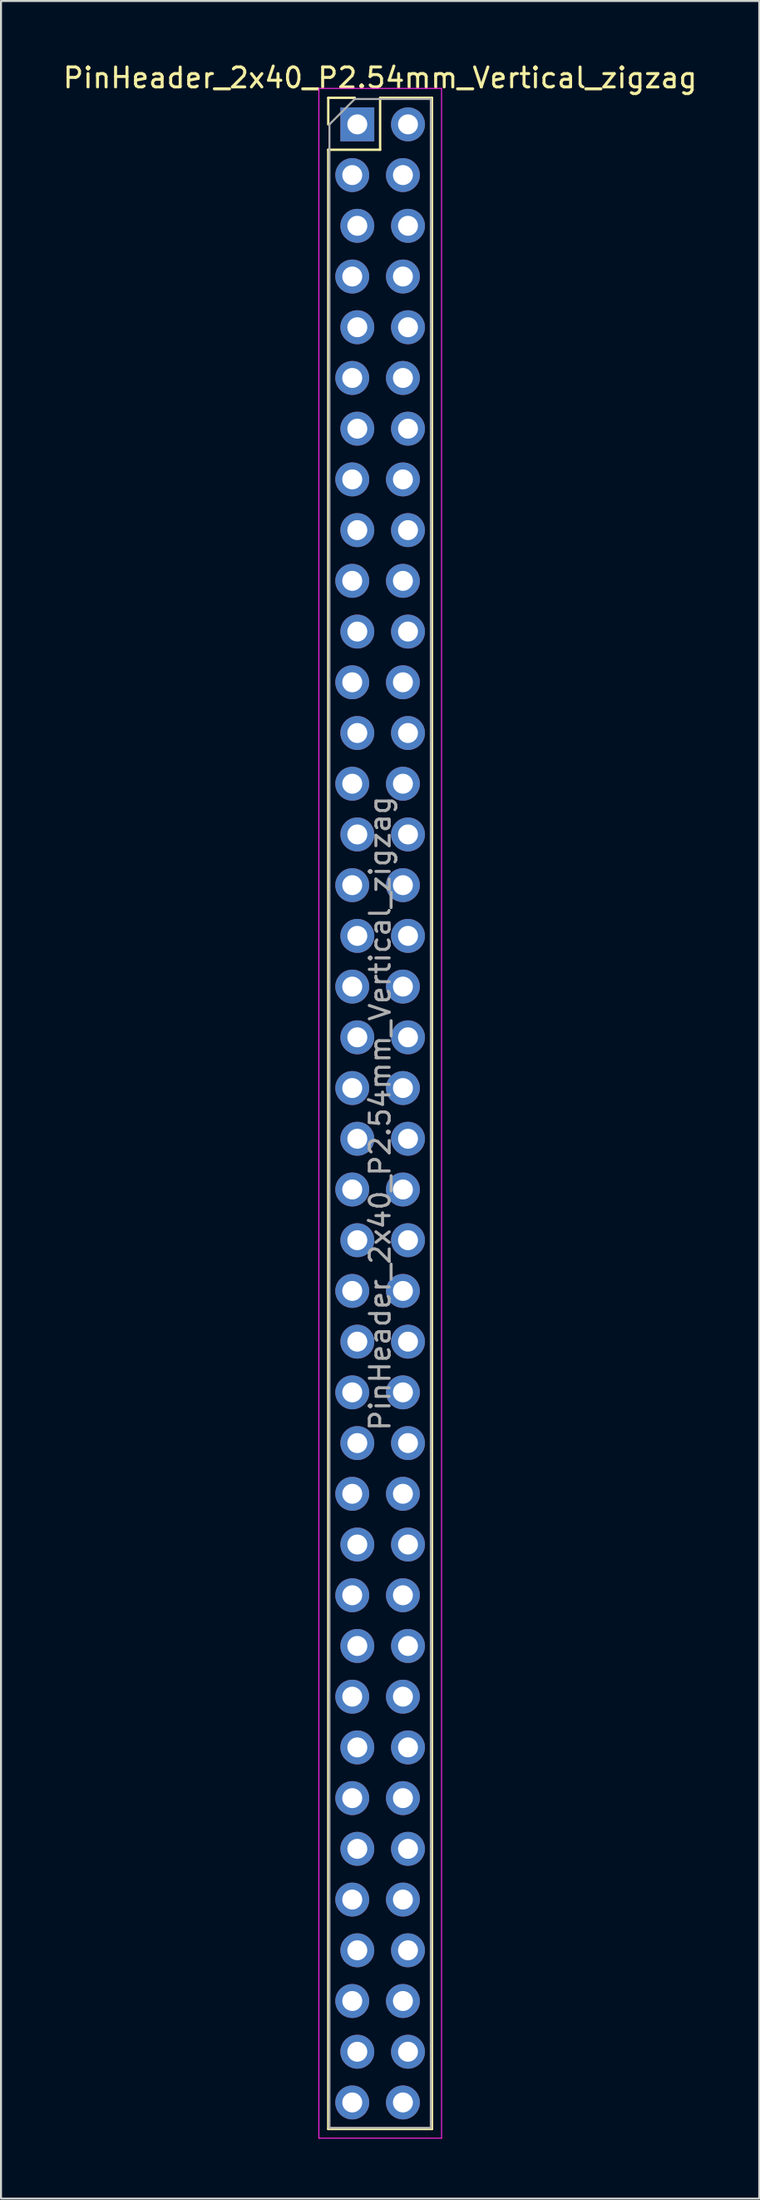
<source format=kicad_pcb>
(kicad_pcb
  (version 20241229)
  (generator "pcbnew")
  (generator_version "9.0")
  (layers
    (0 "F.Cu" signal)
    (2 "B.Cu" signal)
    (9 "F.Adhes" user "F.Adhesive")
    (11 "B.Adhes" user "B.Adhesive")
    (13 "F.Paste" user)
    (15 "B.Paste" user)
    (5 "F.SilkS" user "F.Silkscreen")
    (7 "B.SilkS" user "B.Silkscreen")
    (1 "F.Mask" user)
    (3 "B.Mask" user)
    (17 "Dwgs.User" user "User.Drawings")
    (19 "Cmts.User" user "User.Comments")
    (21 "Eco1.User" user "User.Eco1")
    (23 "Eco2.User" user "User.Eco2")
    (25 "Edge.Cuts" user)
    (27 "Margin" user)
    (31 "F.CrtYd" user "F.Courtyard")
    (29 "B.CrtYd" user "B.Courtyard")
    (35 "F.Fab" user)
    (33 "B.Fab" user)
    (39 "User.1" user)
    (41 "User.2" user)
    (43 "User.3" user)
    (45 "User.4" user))
  (footprint "PinHeader_2x40_P2.54mm_Vertical_zigzag"
    (layer "F.Cu")
    (at 14.736 3.178)
    (property "Reference" "PinHeader_2x40_P2.54mm_Vertical_zigzag" (at 1.27 -2.33 0) (layer "F.SilkS") (effects (font (size 1 1) (thickness 0.15))))
    (attr through_hole)
    (fp_line (start -1.33 -1.33) (end 0 -1.33) (stroke (width 0.12) (type solid)) (layer "F.SilkS"))
    (fp_line (start -1.33 0) (end -1.33 -1.33) (stroke (width 0.12) (type solid)) (layer "F.SilkS"))
    (fp_line (start -1.33 1.27) (end -1.33 100.39) (stroke (width 0.12) (type solid)) (layer "F.SilkS"))
    (fp_line (start -1.33 1.27) (end 1.27 1.27) (stroke (width 0.12) (type solid)) (layer "F.SilkS"))
    (fp_line (start -1.33 100.39) (end 3.87 100.39) (stroke (width 0.12) (type solid)) (layer "F.SilkS"))
    (fp_line (start 1.27 -1.33) (end 3.87 -1.33) (stroke (width 0.12) (type solid)) (layer "F.SilkS"))
    (fp_line (start 1.27 1.27) (end 1.27 -1.33) (stroke (width 0.12) (type solid)) (layer "F.SilkS"))
    (fp_line (start 3.87 -1.33) (end 3.87 100.39) (stroke (width 0.12) (type solid)) (layer "F.SilkS"))
    (fp_line (start -1.8 -1.8) (end -1.8 100.85) (stroke (width 0.05) (type solid)) (layer "F.CrtYd"))
    (fp_line (start -1.8 100.85) (end 4.35 100.85) (stroke (width 0.05) (type solid)) (layer "F.CrtYd"))
    (fp_line (start 4.35 -1.8) (end -1.8 -1.8) (stroke (width 0.05) (type solid)) (layer "F.CrtYd"))
    (fp_line (start 4.35 100.85) (end 4.35 -1.8) (stroke (width 0.05) (type solid)) (layer "F.CrtYd"))
    (fp_line (start -1.27 0) (end 0 -1.27) (stroke (width 0.1) (type solid)) (layer "F.Fab"))
    (fp_line (start -1.27 100.33) (end -1.27 0) (stroke (width 0.1) (type solid)) (layer "F.Fab"))
    (fp_line (start 0 -1.27) (end 3.81 -1.27) (stroke (width 0.1) (type solid)) (layer "F.Fab"))
    (fp_line (start 3.81 -1.27) (end 3.81 100.33) (stroke (width 0.1) (type solid)) (layer "F.Fab"))
    (fp_line (start 3.81 100.33) (end -1.27 100.33) (stroke (width 0.1) (type solid)) (layer "F.Fab"))
    (fp_text user "${REFERENCE}" (at 1.27 49.53 90) (layer "F.Fab") (effects (font (size 1 1) (thickness 0.15))))
    (pad "1" thru_hole rect (at 0.127 0) (size 1.7 1.7) (drill 1) (layers "*.Cu" "*.Mask"))
    (pad "2" thru_hole oval (at 2.667 0) (size 1.7 1.7) (drill 1) (layers "*.Cu" "*.Mask"))
    (pad "3" thru_hole oval (at -0.127 2.54) (size 1.7 1.7) (drill 1) (layers "*.Cu" "*.Mask"))
    (pad "4" thru_hole oval (at 2.413 2.54) (size 1.7 1.7) (drill 1) (layers "*.Cu" "*.Mask"))
    (pad "5" thru_hole oval (at 0.127 5.08) (size 1.7 1.7) (drill 1) (layers "*.Cu" "*.Mask"))
    (pad "6" thru_hole oval (at 2.667 5.08) (size 1.7 1.7) (drill 1) (layers "*.Cu" "*.Mask"))
    (pad "7" thru_hole oval (at -0.127 7.62) (size 1.7 1.7) (drill 1) (layers "*.Cu" "*.Mask"))
    (pad "8" thru_hole oval (at 2.413 7.62) (size 1.7 1.7) (drill 1) (layers "*.Cu" "*.Mask"))
    (pad "9" thru_hole oval (at 0.127 10.16) (size 1.7 1.7) (drill 1) (layers "*.Cu" "*.Mask"))
    (pad "10" thru_hole oval (at 2.667 10.16) (size 1.7 1.7) (drill 1) (layers "*.Cu" "*.Mask"))
    (pad "11" thru_hole oval (at -0.127 12.7) (size 1.7 1.7) (drill 1) (layers "*.Cu" "*.Mask"))
    (pad "12" thru_hole oval (at 2.413 12.7) (size 1.7 1.7) (drill 1) (layers "*.Cu" "*.Mask"))
    (pad "13" thru_hole oval (at 0.127 15.24) (size 1.7 1.7) (drill 1) (layers "*.Cu" "*.Mask"))
    (pad "14" thru_hole oval (at 2.667 15.24) (size 1.7 1.7) (drill 1) (layers "*.Cu" "*.Mask"))
    (pad "15" thru_hole oval (at -0.127 17.78) (size 1.7 1.7) (drill 1) (layers "*.Cu" "*.Mask"))
    (pad "16" thru_hole oval (at 2.413 17.78) (size 1.7 1.7) (drill 1) (layers "*.Cu" "*.Mask"))
    (pad "17" thru_hole oval (at 0.127 20.32) (size 1.7 1.7) (drill 1) (layers "*.Cu" "*.Mask"))
    (pad "18" thru_hole oval (at 2.667 20.32) (size 1.7 1.7) (drill 1) (layers "*.Cu" "*.Mask"))
    (pad "19" thru_hole oval (at -0.127 22.86) (size 1.7 1.7) (drill 1) (layers "*.Cu" "*.Mask"))
    (pad "20" thru_hole oval (at 2.413 22.86) (size 1.7 1.7) (drill 1) (layers "*.Cu" "*.Mask"))
    (pad "21" thru_hole oval (at 0.127 25.4) (size 1.7 1.7) (drill 1) (layers "*.Cu" "*.Mask"))
    (pad "22" thru_hole oval (at 2.667 25.4) (size 1.7 1.7) (drill 1) (layers "*.Cu" "*.Mask"))
    (pad "23" thru_hole oval (at -0.127 27.94) (size 1.7 1.7) (drill 1) (layers "*.Cu" "*.Mask"))
    (pad "24" thru_hole oval (at 2.413 27.94) (size 1.7 1.7) (drill 1) (layers "*.Cu" "*.Mask"))
    (pad "25" thru_hole oval (at 0.127 30.48) (size 1.7 1.7) (drill 1) (layers "*.Cu" "*.Mask"))
    (pad "26" thru_hole oval (at 2.667 30.48) (size 1.7 1.7) (drill 1) (layers "*.Cu" "*.Mask"))
    (pad "27" thru_hole oval (at -0.127 33.02) (size 1.7 1.7) (drill 1) (layers "*.Cu" "*.Mask"))
    (pad "28" thru_hole oval (at 2.413 33.02) (size 1.7 1.7) (drill 1) (layers "*.Cu" "*.Mask"))
    (pad "29" thru_hole oval (at 0.127 35.56) (size 1.7 1.7) (drill 1) (layers "*.Cu" "*.Mask"))
    (pad "30" thru_hole oval (at 2.667 35.56) (size 1.7 1.7) (drill 1) (layers "*.Cu" "*.Mask"))
    (pad "31" thru_hole oval (at -0.127 38.1) (size 1.7 1.7) (drill 1) (layers "*.Cu" "*.Mask"))
    (pad "32" thru_hole oval (at 2.413 38.1) (size 1.7 1.7) (drill 1) (layers "*.Cu" "*.Mask"))
    (pad "33" thru_hole oval (at 0.127 40.64) (size 1.7 1.7) (drill 1) (layers "*.Cu" "*.Mask"))
    (pad "34" thru_hole oval (at 2.667 40.64) (size 1.7 1.7) (drill 1) (layers "*.Cu" "*.Mask"))
    (pad "35" thru_hole oval (at -0.127 43.18) (size 1.7 1.7) (drill 1) (layers "*.Cu" "*.Mask"))
    (pad "36" thru_hole oval (at 2.413 43.18) (size 1.7 1.7) (drill 1) (layers "*.Cu" "*.Mask"))
    (pad "37" thru_hole oval (at 0.127 45.72) (size 1.7 1.7) (drill 1) (layers "*.Cu" "*.Mask"))
    (pad "38" thru_hole oval (at 2.667 45.72) (size 1.7 1.7) (drill 1) (layers "*.Cu" "*.Mask"))
    (pad "39" thru_hole oval (at -0.127 48.26) (size 1.7 1.7) (drill 1) (layers "*.Cu" "*.Mask"))
    (pad "40" thru_hole oval (at 2.413 48.26) (size 1.7 1.7) (drill 1) (layers "*.Cu" "*.Mask"))
    (pad "41" thru_hole oval (at 0.127 50.8) (size 1.7 1.7) (drill 1) (layers "*.Cu" "*.Mask"))
    (pad "42" thru_hole oval (at 2.667 50.8) (size 1.7 1.7) (drill 1) (layers "*.Cu" "*.Mask"))
    (pad "43" thru_hole oval (at -0.127 53.34) (size 1.7 1.7) (drill 1) (layers "*.Cu" "*.Mask"))
    (pad "44" thru_hole oval (at 2.413 53.34) (size 1.7 1.7) (drill 1) (layers "*.Cu" "*.Mask"))
    (pad "45" thru_hole oval (at 0.127 55.88) (size 1.7 1.7) (drill 1) (layers "*.Cu" "*.Mask"))
    (pad "46" thru_hole oval (at 2.667 55.88) (size 1.7 1.7) (drill 1) (layers "*.Cu" "*.Mask"))
    (pad "47" thru_hole oval (at -0.127 58.42) (size 1.7 1.7) (drill 1) (layers "*.Cu" "*.Mask"))
    (pad "48" thru_hole oval (at 2.413 58.42) (size 1.7 1.7) (drill 1) (layers "*.Cu" "*.Mask"))
    (pad "49" thru_hole oval (at 0.127 60.96) (size 1.7 1.7) (drill 1) (layers "*.Cu" "*.Mask"))
    (pad "50" thru_hole oval (at 2.667 60.96) (size 1.7 1.7) (drill 1) (layers "*.Cu" "*.Mask"))
    (pad "51" thru_hole oval (at -0.127 63.5) (size 1.7 1.7) (drill 1) (layers "*.Cu" "*.Mask"))
    (pad "52" thru_hole oval (at 2.413 63.5) (size 1.7 1.7) (drill 1) (layers "*.Cu" "*.Mask"))
    (pad "53" thru_hole oval (at 0.127 66.04) (size 1.7 1.7) (drill 1) (layers "*.Cu" "*.Mask"))
    (pad "54" thru_hole oval (at 2.667 66.04) (size 1.7 1.7) (drill 1) (layers "*.Cu" "*.Mask"))
    (pad "55" thru_hole oval (at -0.127 68.58) (size 1.7 1.7) (drill 1) (layers "*.Cu" "*.Mask"))
    (pad "56" thru_hole oval (at 2.413 68.58) (size 1.7 1.7) (drill 1) (layers "*.Cu" "*.Mask"))
    (pad "57" thru_hole oval (at 0.127 71.12) (size 1.7 1.7) (drill 1) (layers "*.Cu" "*.Mask"))
    (pad "58" thru_hole oval (at 2.667 71.12) (size 1.7 1.7) (drill 1) (layers "*.Cu" "*.Mask"))
    (pad "59" thru_hole oval (at -0.127 73.66) (size 1.7 1.7) (drill 1) (layers "*.Cu" "*.Mask"))
    (pad "60" thru_hole oval (at 2.413 73.66) (size 1.7 1.7) (drill 1) (layers "*.Cu" "*.Mask"))
    (pad "61" thru_hole oval (at 0.127 76.2) (size 1.7 1.7) (drill 1) (layers "*.Cu" "*.Mask"))
    (pad "62" thru_hole oval (at 2.667 76.2) (size 1.7 1.7) (drill 1) (layers "*.Cu" "*.Mask"))
    (pad "63" thru_hole oval (at -0.127 78.74) (size 1.7 1.7) (drill 1) (layers "*.Cu" "*.Mask"))
    (pad "64" thru_hole oval (at 2.413 78.74) (size 1.7 1.7) (drill 1) (layers "*.Cu" "*.Mask"))
    (pad "65" thru_hole oval (at 0.127 81.28) (size 1.7 1.7) (drill 1) (layers "*.Cu" "*.Mask"))
    (pad "66" thru_hole oval (at 2.667 81.28) (size 1.7 1.7) (drill 1) (layers "*.Cu" "*.Mask"))
    (pad "67" thru_hole oval (at -0.127 83.82) (size 1.7 1.7) (drill 1) (layers "*.Cu" "*.Mask"))
    (pad "68" thru_hole oval (at 2.413 83.82) (size 1.7 1.7) (drill 1) (layers "*.Cu" "*.Mask"))
    (pad "69" thru_hole oval (at 0.127 86.36) (size 1.7 1.7) (drill 1) (layers "*.Cu" "*.Mask"))
    (pad "70" thru_hole oval (at 2.667 86.36) (size 1.7 1.7) (drill 1) (layers "*.Cu" "*.Mask"))
    (pad "71" thru_hole oval (at -0.127 88.9) (size 1.7 1.7) (drill 1) (layers "*.Cu" "*.Mask"))
    (pad "72" thru_hole oval (at 2.413 88.9) (size 1.7 1.7) (drill 1) (layers "*.Cu" "*.Mask"))
    (pad "73" thru_hole oval (at 0.127 91.44) (size 1.7 1.7) (drill 1) (layers "*.Cu" "*.Mask"))
    (pad "74" thru_hole oval (at 2.667 91.44) (size 1.7 1.7) (drill 1) (layers "*.Cu" "*.Mask"))
    (pad "75" thru_hole oval (at -0.127 93.98) (size 1.7 1.7) (drill 1) (layers "*.Cu" "*.Mask"))
    (pad "76" thru_hole oval (at 2.413 93.98) (size 1.7 1.7) (drill 1) (layers "*.Cu" "*.Mask"))
    (pad "77" thru_hole oval (at 0.127 96.52) (size 1.7 1.7) (drill 1) (layers "*.Cu" "*.Mask"))
    (pad "78" thru_hole oval (at 2.667 96.52) (size 1.7 1.7) (drill 1) (layers "*.Cu" "*.Mask"))
    (pad "79" thru_hole oval (at -0.127 99.06) (size 1.7 1.7) (drill 1) (layers "*.Cu" "*.Mask"))
    (pad "80" thru_hole oval (at 2.413 99.06) (size 1.7 1.7) (drill 1) (layers "*.Cu" "*.Mask")))
  (gr_rect
    (start -3 -3)
    (end 35.012 107.053)
    (stroke (width 0.1) (type default))
    (fill no)
    (layer "Edge.Cuts")))
</source>
